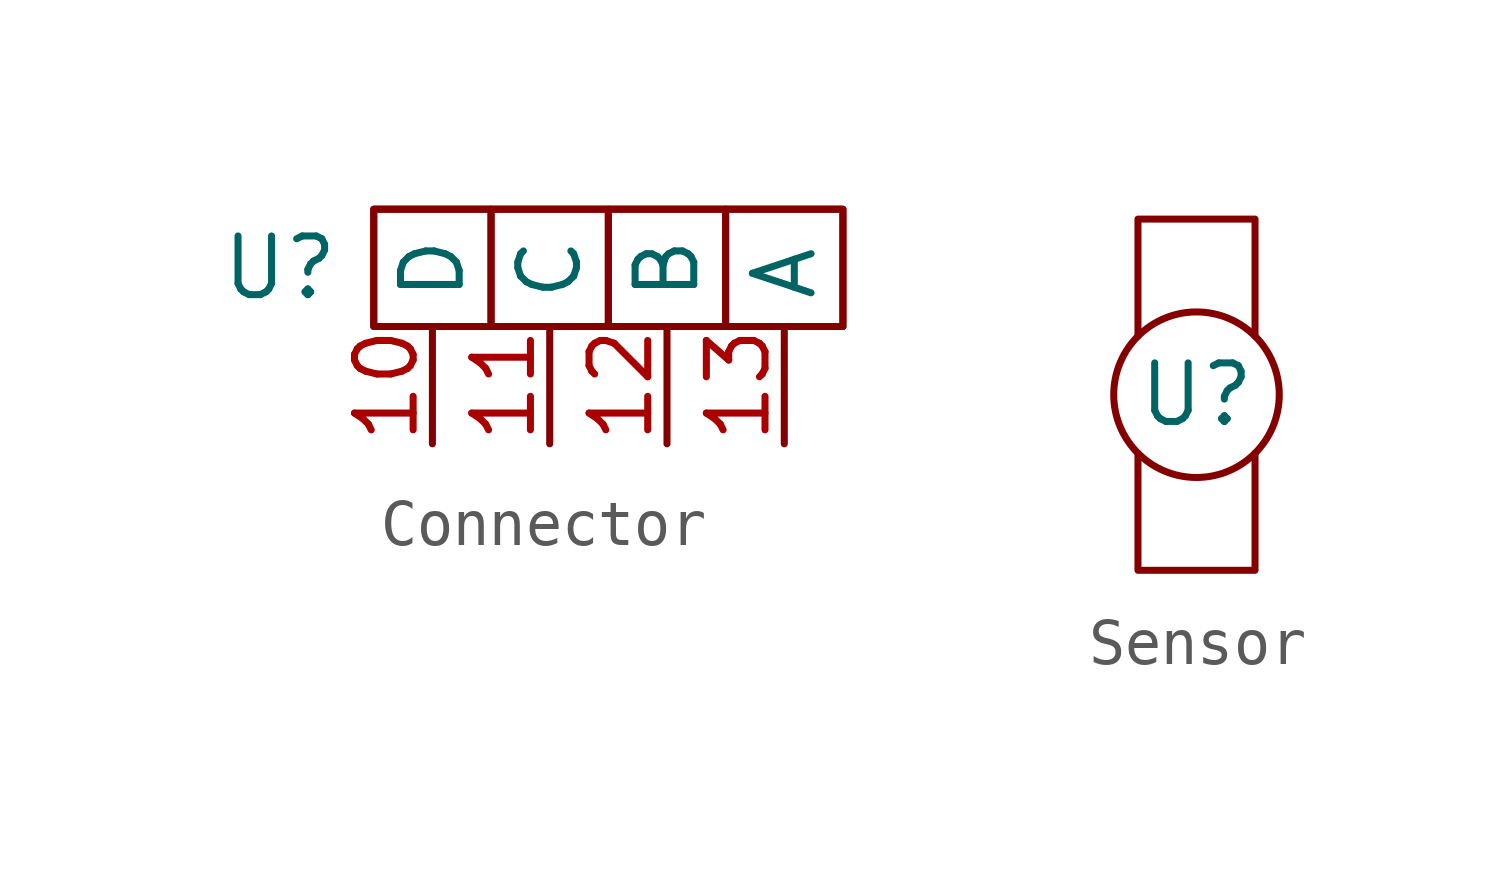
<source format=kicad_sym>
(kicad_symbol_lib
  (version 20241209)
  (generator "kicad_symbol_editor")
  (generator_version "9.0")
  (symbol "Connector"
    (property "Reference" "U"
      (at -7.112 0 0)
      (effects (font (size 1.27 1.27))))
    (property "Value" ""
      (at 0 0 0)
      (effects (font (size 1.27 1.27))))
    (symbol "Connector_0_1"
      (rectangle (start -5.08 1.27) (end 5.08 -1.27) (stroke (width 0) (type default)) (fill (type none)))
      (rectangle (start -2.54 1.27) (end 0 -1.27) (stroke (width 0) (type default)) (fill (type none)))
      (rectangle (start -2.54 -1.27) (end -5.08 1.27) (stroke (width 0) (type default)) (fill (type none)))
      (rectangle (start 0 1.27) (end 2.54 -1.27) (stroke (width 0) (type default)) (fill (type none)))
      (rectangle (start 2.54 1.27) (end 5.08 -1.27) (stroke (width 0) (type default)) (fill (type none))))
    (symbol "Connector_1_1"
      (pin bidirectional line (at -3.81 -3.81 90) (length 2.54) (name "D" (effects (font (size 1.27 1.27)))) (number "10" (effects (font (size 1.27 1.27)))))
      (pin bidirectional line (at -1.27 -3.81 90) (length 2.54) (name "C" (effects (font (size 1.27 1.27)))) (number "11" (effects (font (size 1.27 1.27)))))
      (pin bidirectional line (at 1.27 -3.81 90) (length 2.54) (name "B" (effects (font (size 1.27 1.27)))) (number "12" (effects (font (size 1.27 1.27)))))
      (pin bidirectional line (at 3.81 -3.81 90) (length 2.54) (name "A" (effects (font (size 1.27 1.27)))) (number "13" (effects (font (size 1.27 1.27)))))))
  (symbol "Sensor"
    (property "Reference" "U"
      (at 0 0 0)
      (effects (font (size 1.27 1.27))))
    (property "Value" ""
      (at 0 0 0)
      (effects (font (size 1.27 1.27))))
    (symbol "Sensor_0_1"
      (polyline (pts (xy -1.27 -1.27) (xy -1.27 -3.81) (xy 1.27 -3.81) (xy 1.27 -1.27)) (stroke (width 0) (type default)) (fill (type none)))
      (circle (center 0 0) (radius 1.796) (stroke (width 0) (type default)) (fill (type none)))
      (polyline (pts (xy 1.27 1.27) (xy 1.27 3.81) (xy -1.27 3.81) (xy -1.27 1.27)) (stroke (width 0) (type default)) (fill (type none))))))
</source>
